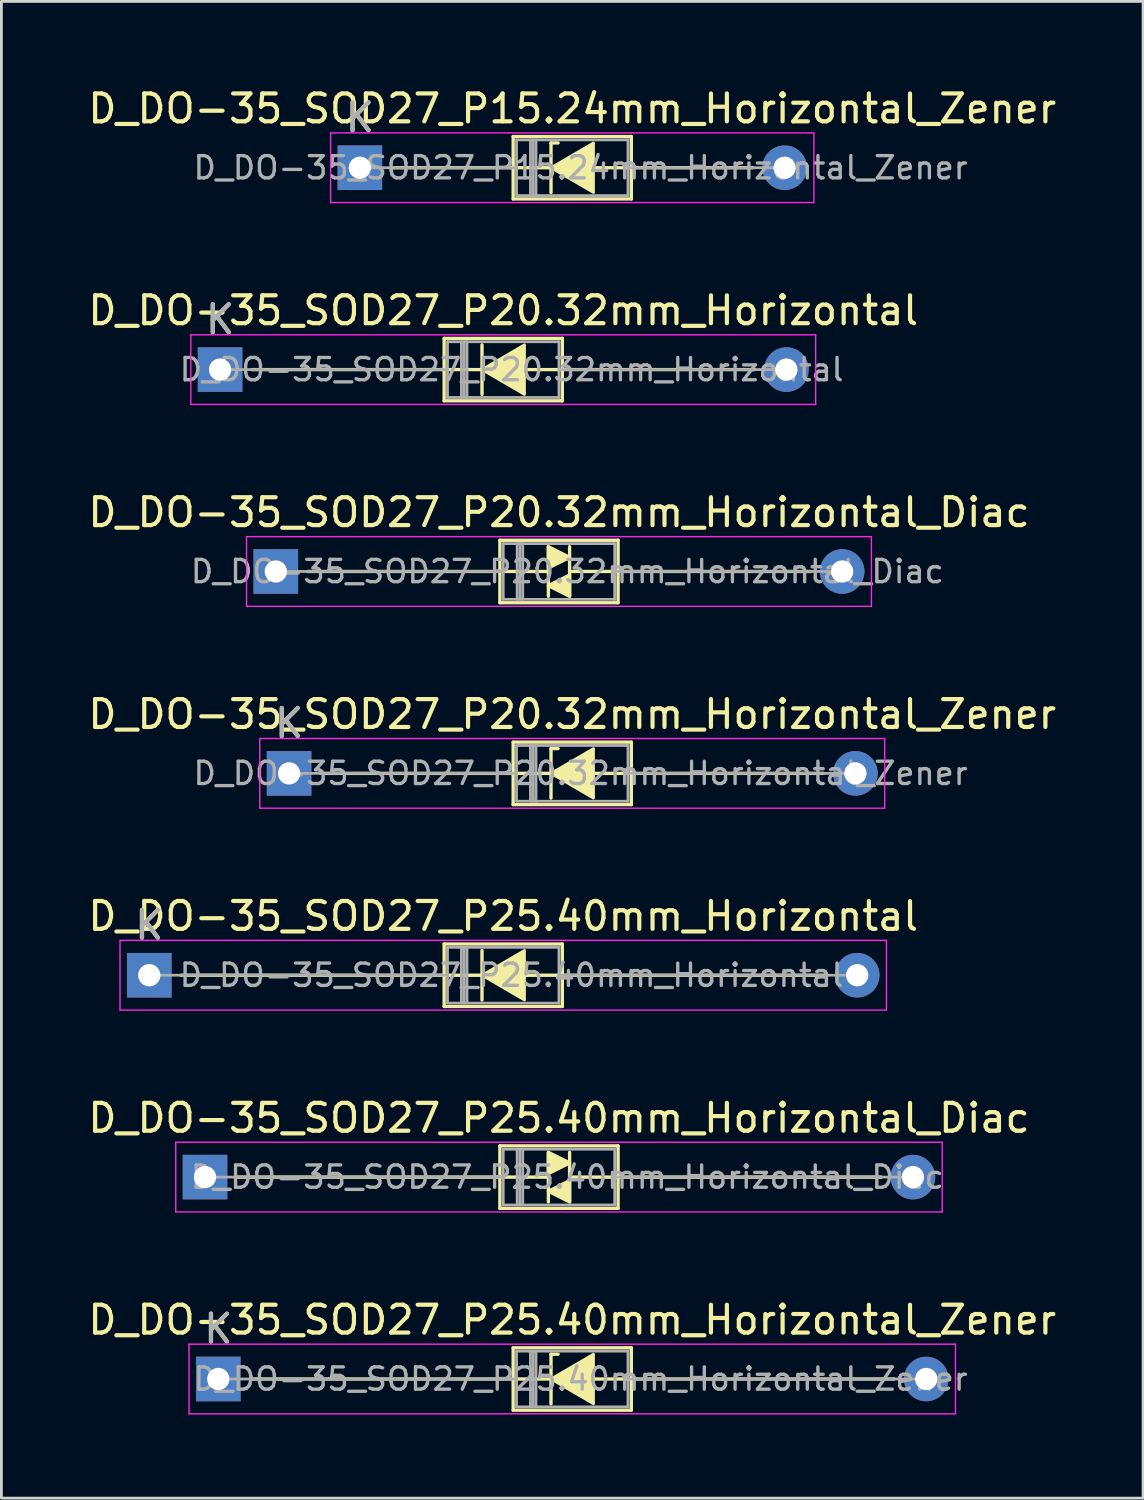
<source format=kicad_pcb>
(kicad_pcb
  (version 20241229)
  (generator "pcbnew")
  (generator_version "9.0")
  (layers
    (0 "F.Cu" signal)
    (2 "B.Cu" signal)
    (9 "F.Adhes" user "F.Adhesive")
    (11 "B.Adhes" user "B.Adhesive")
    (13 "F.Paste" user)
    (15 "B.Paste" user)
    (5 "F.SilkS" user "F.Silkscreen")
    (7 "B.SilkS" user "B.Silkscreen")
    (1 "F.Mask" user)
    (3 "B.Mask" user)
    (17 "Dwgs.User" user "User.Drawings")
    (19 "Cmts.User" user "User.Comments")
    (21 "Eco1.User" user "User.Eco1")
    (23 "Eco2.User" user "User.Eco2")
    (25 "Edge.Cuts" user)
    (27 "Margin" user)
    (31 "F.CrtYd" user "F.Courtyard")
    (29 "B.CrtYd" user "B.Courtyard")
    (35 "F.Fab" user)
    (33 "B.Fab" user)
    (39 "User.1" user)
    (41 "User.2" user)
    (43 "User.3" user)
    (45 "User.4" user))
  (footprint "D_DO-35_SOD27_P15.24mm_Horizontal_Zener"
    (layer "F.Cu")
    (at 9.862 2.968)
    (property "Reference" "D_DO-35_SOD27_P15.24mm_Horizontal_Zener" (at 7.62 -2.12 0) (layer "F.SilkS") (effects (font (size 1 1) (thickness 0.15))))
    (attr through_hole)
    (fp_line (start 1.143 0) (end 5.5 0) (stroke (width 0.12) (type solid)) (layer "F.SilkS"))
    (fp_line (start 5.5 -1.12) (end 5.5 1.12) (stroke (width 0.12) (type solid)) (layer "F.SilkS"))
    (fp_line (start 5.5 0) (end 7.239 0) (stroke (width 0.12) (type solid)) (layer "F.SilkS"))
    (fp_line (start 5.5 1.12) (end 9.74 1.12) (stroke (width 0.12) (type solid)) (layer "F.SilkS"))
    (fp_line (start 6.858 -0.889) (end 6.858 0.889) (stroke (width 0.12) (type solid)) (layer "F.SilkS"))
    (fp_line (start 6.858 -0.889) (end 7.112 -0.889) (stroke (width 0.12) (type solid)) (layer "F.SilkS"))
    (fp_line (start 9.74 -1.12) (end 5.5 -1.12) (stroke (width 0.12) (type solid)) (layer "F.SilkS"))
    (fp_line (start 9.74 0) (end 8.382 0) (stroke (width 0.12) (type solid)) (layer "F.SilkS"))
    (fp_line (start 9.74 1.12) (end 9.74 -1.12) (stroke (width 0.12) (type solid)) (layer "F.SilkS"))
    (fp_line (start 14.097 0) (end 9.74 0) (stroke (width 0.12) (type solid)) (layer "F.SilkS"))
    (fp_poly (pts (xy 8.382 0.889) (xy 6.858 0) (xy 8.382 -0.889)) (stroke (width 0.1) (type solid)) (fill yes) (layer "F.SilkS"))
    (fp_line (start -1.05 -1.25) (end -1.05 1.25) (stroke (width 0.05) (type solid)) (layer "F.CrtYd"))
    (fp_line (start -1.05 1.25) (end 16.29 1.25) (stroke (width 0.05) (type solid)) (layer "F.CrtYd"))
    (fp_line (start 16.29 -1.25) (end -1.05 -1.25) (stroke (width 0.05) (type solid)) (layer "F.CrtYd"))
    (fp_line (start 16.29 1.25) (end 16.29 -1.25) (stroke (width 0.05) (type solid)) (layer "F.CrtYd"))
    (fp_line (start 0 0) (end 5.62 0) (stroke (width 0.1) (type solid)) (layer "F.Fab"))
    (fp_line (start 5.62 -1) (end 5.62 1) (stroke (width 0.1) (type solid)) (layer "F.Fab"))
    (fp_line (start 5.62 1) (end 9.62 1) (stroke (width 0.1) (type solid)) (layer "F.Fab"))
    (fp_line (start 6.12 -1) (end 6.12 1) (stroke (width 0.1) (type solid)) (layer "F.Fab"))
    (fp_line (start 6.22 -1) (end 6.22 1) (stroke (width 0.1) (type solid)) (layer "F.Fab"))
    (fp_line (start 6.32 -1) (end 6.32 1) (stroke (width 0.1) (type solid)) (layer "F.Fab"))
    (fp_line (start 9.62 -1) (end 5.62 -1) (stroke (width 0.1) (type solid)) (layer "F.Fab"))
    (fp_line (start 9.62 1) (end 9.62 -1) (stroke (width 0.1) (type solid)) (layer "F.Fab"))
    (fp_line (start 15.24 0) (end 9.62 0) (stroke (width 0.1) (type solid)) (layer "F.Fab"))
    (fp_text user "K" (at 0 -1.8 0) (layer "F.SilkS") (effects (font (size 1 1) (thickness 0.15))))
    (fp_text user "K" (at 0 -1.8 0) (layer "F.Fab") (effects (font (size 1 1) (thickness 0.15))))
    (fp_text user "${REFERENCE}" (at 7.92 0 0) (layer "F.Fab") (effects (font (size 0.8 0.8) (thickness 0.12))))
    (pad "1" thru_hole rect (at 0 0) (size 1.6 1.6) (drill 0.8) (layers "*.Cu" "*.Mask"))
    (pad "2" thru_hole oval (at 15.24 0) (size 1.6 1.6) (drill 0.8) (layers "*.Cu" "*.Mask")))
  (footprint "D_DO-35_SOD27_P25.40mm_Horizontal_Diac"
    (layer "F.Cu")
    (at 4.306 39.184)
    (property "Reference" "D_DO-35_SOD27_P25.40mm_Horizontal_Diac" (at 12.7 -2.12 0) (layer "F.SilkS") (effects (font (size 1 1) (thickness 0.15))))
    (fp_line (start 1.143 0) (end 10.58 0) (stroke (width 0.12) (type solid)) (layer "F.SilkS"))
    (fp_line (start 10.541 0) (end 12.319 0) (stroke (width 0.12) (type solid)) (layer "F.SilkS"))
    (fp_line (start 10.58 -1.12) (end 10.58 1.12) (stroke (width 0.12) (type solid)) (layer "F.SilkS"))
    (fp_line (start 10.58 1.12) (end 14.82 1.12) (stroke (width 0.12) (type solid)) (layer "F.SilkS"))
    (fp_line (start 12.319 -0.889) (end 12.319 0.889) (stroke (width 0.12) (type solid)) (layer "F.SilkS"))
    (fp_line (start 13.081 -0.889) (end 13.081 0.889) (stroke (width 0.12) (type solid)) (layer "F.SilkS"))
    (fp_line (start 14.82 -1.12) (end 10.58 -1.12) (stroke (width 0.12) (type solid)) (layer "F.SilkS"))
    (fp_line (start 14.82 0) (end 13.081 0) (stroke (width 0.12) (type solid)) (layer "F.SilkS"))
    (fp_line (start 14.82 1.12) (end 14.82 -1.12) (stroke (width 0.12) (type solid)) (layer "F.SilkS"))
    (fp_line (start 24.257 0) (end 14.82 0) (stroke (width 0.12) (type solid)) (layer "F.SilkS"))
    (fp_poly (pts (xy 13.081 -0.508) (xy 12.319 -0.127) (xy 12.319 -0.889)) (stroke (width 0.12) (type solid)) (fill yes) (layer "F.SilkS"))
    (fp_poly (pts (xy 13.081 0.889) (xy 12.319 0.508) (xy 13.081 0.127)) (stroke (width 0.12) (type solid)) (fill yes) (layer "F.SilkS"))
    (fp_line (start -1.05 -1.25) (end -1.05 1.25) (stroke (width 0.05) (type solid)) (layer "F.CrtYd"))
    (fp_line (start -1.05 1.25) (end 26.45 1.25) (stroke (width 0.05) (type solid)) (layer "F.CrtYd"))
    (fp_line (start 26.45 -1.25) (end -1.05 -1.25) (stroke (width 0.05) (type solid)) (layer "F.CrtYd"))
    (fp_line (start 26.45 1.25) (end 26.45 -1.25) (stroke (width 0.05) (type solid)) (layer "F.CrtYd"))
    (fp_line (start 0 0) (end 10.7 0) (stroke (width 0.1) (type solid)) (layer "F.Fab"))
    (fp_line (start 10.7 -1) (end 10.7 1) (stroke (width 0.1) (type solid)) (layer "F.Fab"))
    (fp_line (start 10.7 1) (end 14.7 1) (stroke (width 0.1) (type solid)) (layer "F.Fab"))
    (fp_line (start 11.2 -1) (end 11.2 1) (stroke (width 0.1) (type solid)) (layer "F.Fab"))
    (fp_line (start 11.3 -1) (end 11.3 1) (stroke (width 0.1) (type solid)) (layer "F.Fab"))
    (fp_line (start 11.4 -1) (end 11.4 1) (stroke (width 0.1) (type solid)) (layer "F.Fab"))
    (fp_line (start 14.7 -1) (end 10.7 -1) (stroke (width 0.1) (type solid)) (layer "F.Fab"))
    (fp_line (start 14.7 1) (end 14.7 -1) (stroke (width 0.1) (type solid)) (layer "F.Fab"))
    (fp_line (start 25.4 0) (end 14.7 0) (stroke (width 0.1) (type solid)) (layer "F.Fab"))
    (fp_text user "${REFERENCE}" (at 13 0 0) (layer "F.Fab") (effects (font (size 0.8 0.8) (thickness 0.12))))
    (pad "1" thru_hole rect (at 0 0) (size 1.6 1.6) (drill 0.8) (layers "*.Cu" "*.Mask"))
    (pad "2" thru_hole oval (at 25.4 0) (size 1.6 1.6) (drill 0.8) (layers "*.Cu" "*.Mask")))
  (footprint "D_DO-35_SOD27_P25.40mm_Horizontal"
    (layer "F.Cu")
    (at 2.306 31.941)
    (property "Reference" "D_DO-35_SOD27_P25.40mm_Horizontal" (at 12.7 -2.12 0) (layer "F.SilkS") (effects (font (size 1 1) (thickness 0.15))))
    (attr through_hole)
    (fp_line (start 1.143 0) (end 10.58 0) (stroke (width 0.12) (type solid)) (layer "F.SilkS"))
    (fp_line (start 10.58 -1.12) (end 10.58 1.12) (stroke (width 0.12) (type solid)) (layer "F.SilkS"))
    (fp_line (start 10.58 0) (end 12.192 0) (stroke (width 0.12) (type solid)) (layer "F.SilkS"))
    (fp_line (start 10.58 1.12) (end 14.82 1.12) (stroke (width 0.12) (type solid)) (layer "F.SilkS"))
    (fp_line (start 11.938 -0.889) (end 11.938 0.889) (stroke (width 0.12) (type solid)) (layer "F.SilkS"))
    (fp_line (start 14.82 -1.12) (end 10.58 -1.12) (stroke (width 0.12) (type solid)) (layer "F.SilkS"))
    (fp_line (start 14.82 0) (end 13.462 0) (stroke (width 0.12) (type solid)) (layer "F.SilkS"))
    (fp_line (start 14.82 1.12) (end 14.82 -1.12) (stroke (width 0.12) (type solid)) (layer "F.SilkS"))
    (fp_line (start 24.257 0) (end 14.82 0) (stroke (width 0.12) (type solid)) (layer "F.SilkS"))
    (fp_poly (pts (xy 13.462 0.889) (xy 11.938 0) (xy 13.462 -0.889)) (stroke (width 0.1) (type solid)) (fill yes) (layer "F.SilkS"))
    (fp_line (start -1.05 -1.25) (end -1.05 1.25) (stroke (width 0.05) (type solid)) (layer "F.CrtYd"))
    (fp_line (start -1.05 1.25) (end 26.45 1.25) (stroke (width 0.05) (type solid)) (layer "F.CrtYd"))
    (fp_line (start 26.45 -1.25) (end -1.05 -1.25) (stroke (width 0.05) (type solid)) (layer "F.CrtYd"))
    (fp_line (start 26.45 1.25) (end 26.45 -1.25) (stroke (width 0.05) (type solid)) (layer "F.CrtYd"))
    (fp_line (start 0 0) (end 10.7 0) (stroke (width 0.1) (type solid)) (layer "F.Fab"))
    (fp_line (start 10.7 -1) (end 10.7 1) (stroke (width 0.1) (type solid)) (layer "F.Fab"))
    (fp_line (start 10.7 1) (end 14.7 1) (stroke (width 0.1) (type solid)) (layer "F.Fab"))
    (fp_line (start 11.2 -1) (end 11.2 1) (stroke (width 0.1) (type solid)) (layer "F.Fab"))
    (fp_line (start 11.3 -1) (end 11.3 1) (stroke (width 0.1) (type solid)) (layer "F.Fab"))
    (fp_line (start 11.4 -1) (end 11.4 1) (stroke (width 0.1) (type solid)) (layer "F.Fab"))
    (fp_line (start 14.7 -1) (end 10.7 -1) (stroke (width 0.1) (type solid)) (layer "F.Fab"))
    (fp_line (start 14.7 1) (end 14.7 -1) (stroke (width 0.1) (type solid)) (layer "F.Fab"))
    (fp_line (start 25.4 0) (end 14.7 0) (stroke (width 0.1) (type solid)) (layer "F.Fab"))
    (fp_text user "K" (at 0 -1.8 0) (layer "F.SilkS") (effects (font (size 1 1) (thickness 0.15))))
    (fp_text user "${REFERENCE}" (at 13 0 0) (layer "F.Fab") (effects (font (size 0.8 0.8) (thickness 0.12))))
    (fp_text user "K" (at 0 -1.8 0) (layer "F.Fab") (effects (font (size 1 1) (thickness 0.15))))
    (pad "1" thru_hole rect (at 0 0) (size 1.6 1.6) (drill 0.8) (layers "*.Cu" "*.Mask"))
    (pad "2" thru_hole oval (at 25.4 0) (size 1.6 1.6) (drill 0.8) (layers "*.Cu" "*.Mask")))
  (footprint "D_DO-35_SOD27_P20.32mm_Horizontal_Zener"
    (layer "F.Cu")
    (at 7.322 24.698)
    (property "Reference" "D_DO-35_SOD27_P20.32mm_Horizontal_Zener" (at 10.16 -2.12 0) (layer "F.SilkS") (effects (font (size 1 1) (thickness 0.15))))
    (attr through_hole)
    (fp_line (start 1.143 0) (end 8.04 0) (stroke (width 0.12) (type solid)) (layer "F.SilkS"))
    (fp_line (start 8.04 -1.12) (end 8.04 1.12) (stroke (width 0.12) (type solid)) (layer "F.SilkS"))
    (fp_line (start 8.04 0) (end 9.779 0) (stroke (width 0.12) (type solid)) (layer "F.SilkS"))
    (fp_line (start 8.04 1.12) (end 12.28 1.12) (stroke (width 0.12) (type solid)) (layer "F.SilkS"))
    (fp_line (start 9.398 -0.889) (end 9.398 0.889) (stroke (width 0.12) (type solid)) (layer "F.SilkS"))
    (fp_line (start 9.398 -0.889) (end 9.652 -0.889) (stroke (width 0.12) (type solid)) (layer "F.SilkS"))
    (fp_line (start 12.28 -1.12) (end 8.04 -1.12) (stroke (width 0.12) (type solid)) (layer "F.SilkS"))
    (fp_line (start 12.28 0) (end 10.922 0) (stroke (width 0.12) (type solid)) (layer "F.SilkS"))
    (fp_line (start 12.28 1.12) (end 12.28 -1.12) (stroke (width 0.12) (type solid)) (layer "F.SilkS"))
    (fp_line (start 19.177 0) (end 12.28 0) (stroke (width 0.12) (type solid)) (layer "F.SilkS"))
    (fp_poly (pts (xy 10.922 0.889) (xy 9.398 0) (xy 10.922 -0.889)) (stroke (width 0.1) (type solid)) (fill yes) (layer "F.SilkS"))
    (fp_line (start -1.05 -1.25) (end -1.05 1.25) (stroke (width 0.05) (type solid)) (layer "F.CrtYd"))
    (fp_line (start -1.05 1.25) (end 21.37 1.25) (stroke (width 0.05) (type solid)) (layer "F.CrtYd"))
    (fp_line (start 21.37 -1.25) (end -1.05 -1.25) (stroke (width 0.05) (type solid)) (layer "F.CrtYd"))
    (fp_line (start 21.37 1.25) (end 21.37 -1.25) (stroke (width 0.05) (type solid)) (layer "F.CrtYd"))
    (fp_line (start 0 0) (end 8.16 0) (stroke (width 0.1) (type solid)) (layer "F.Fab"))
    (fp_line (start 8.16 -1) (end 8.16 1) (stroke (width 0.1) (type solid)) (layer "F.Fab"))
    (fp_line (start 8.16 1) (end 12.16 1) (stroke (width 0.1) (type solid)) (layer "F.Fab"))
    (fp_line (start 8.66 -1) (end 8.66 1) (stroke (width 0.1) (type solid)) (layer "F.Fab"))
    (fp_line (start 8.76 -1) (end 8.76 1) (stroke (width 0.1) (type solid)) (layer "F.Fab"))
    (fp_line (start 8.86 -1) (end 8.86 1) (stroke (width 0.1) (type solid)) (layer "F.Fab"))
    (fp_line (start 12.16 -1) (end 8.16 -1) (stroke (width 0.1) (type solid)) (layer "F.Fab"))
    (fp_line (start 12.16 1) (end 12.16 -1) (stroke (width 0.1) (type solid)) (layer "F.Fab"))
    (fp_line (start 20.32 0) (end 12.16 0) (stroke (width 0.1) (type solid)) (layer "F.Fab"))
    (fp_text user "K" (at 0 -1.8 0) (layer "F.SilkS") (effects (font (size 1 1) (thickness 0.15))))
    (fp_text user "K" (at 0 -1.8 0) (layer "F.Fab") (effects (font (size 1 1) (thickness 0.15))))
    (fp_text user "${REFERENCE}" (at 10.46 0 0) (layer "F.Fab") (effects (font (size 0.8 0.8) (thickness 0.12))))
    (pad "1" thru_hole rect (at 0 0) (size 1.6 1.6) (drill 0.8) (layers "*.Cu" "*.Mask"))
    (pad "2" thru_hole oval (at 20.32 0) (size 1.6 1.6) (drill 0.8) (layers "*.Cu" "*.Mask")))
  (footprint "D_DO-35_SOD27_P20.32mm_Horizontal_Diac"
    (layer "F.Cu")
    (at 6.846 17.455)
    (property "Reference" "D_DO-35_SOD27_P20.32mm_Horizontal_Diac" (at 10.16 -2.12 0) (layer "F.SilkS") (effects (font (size 1 1) (thickness 0.15))))
    (fp_line (start 1.143 0) (end 8.04 0) (stroke (width 0.12) (type solid)) (layer "F.SilkS"))
    (fp_line (start 8.001 0) (end 9.779 0) (stroke (width 0.12) (type solid)) (layer "F.SilkS"))
    (fp_line (start 8.04 -1.12) (end 8.04 1.12) (stroke (width 0.12) (type solid)) (layer "F.SilkS"))
    (fp_line (start 8.04 1.12) (end 12.28 1.12) (stroke (width 0.12) (type solid)) (layer "F.SilkS"))
    (fp_line (start 9.779 -0.889) (end 9.779 0.889) (stroke (width 0.12) (type solid)) (layer "F.SilkS"))
    (fp_line (start 10.541 -0.889) (end 10.541 0.889) (stroke (width 0.12) (type solid)) (layer "F.SilkS"))
    (fp_line (start 12.28 -1.12) (end 8.04 -1.12) (stroke (width 0.12) (type solid)) (layer "F.SilkS"))
    (fp_line (start 12.28 0) (end 10.541 0) (stroke (width 0.12) (type solid)) (layer "F.SilkS"))
    (fp_line (start 12.28 1.12) (end 12.28 -1.12) (stroke (width 0.12) (type solid)) (layer "F.SilkS"))
    (fp_line (start 19.177 0) (end 12.28 0) (stroke (width 0.12) (type solid)) (layer "F.SilkS"))
    (fp_poly (pts (xy 10.541 -0.508) (xy 9.779 -0.127) (xy 9.779 -0.889)) (stroke (width 0.12) (type solid)) (fill yes) (layer "F.SilkS"))
    (fp_poly (pts (xy 10.541 0.889) (xy 9.779 0.508) (xy 10.541 0.127)) (stroke (width 0.12) (type solid)) (fill yes) (layer "F.SilkS"))
    (fp_line (start -1.05 -1.25) (end -1.05 1.25) (stroke (width 0.05) (type solid)) (layer "F.CrtYd"))
    (fp_line (start -1.05 1.25) (end 21.37 1.25) (stroke (width 0.05) (type solid)) (layer "F.CrtYd"))
    (fp_line (start 21.37 -1.25) (end -1.05 -1.25) (stroke (width 0.05) (type solid)) (layer "F.CrtYd"))
    (fp_line (start 21.37 1.25) (end 21.37 -1.25) (stroke (width 0.05) (type solid)) (layer "F.CrtYd"))
    (fp_line (start 0 0) (end 8.16 0) (stroke (width 0.1) (type solid)) (layer "F.Fab"))
    (fp_line (start 8.16 -1) (end 8.16 1) (stroke (width 0.1) (type solid)) (layer "F.Fab"))
    (fp_line (start 8.16 1) (end 12.16 1) (stroke (width 0.1) (type solid)) (layer "F.Fab"))
    (fp_line (start 8.66 -1) (end 8.66 1) (stroke (width 0.1) (type solid)) (layer "F.Fab"))
    (fp_line (start 8.76 -1) (end 8.76 1) (stroke (width 0.1) (type solid)) (layer "F.Fab"))
    (fp_line (start 8.86 -1) (end 8.86 1) (stroke (width 0.1) (type solid)) (layer "F.Fab"))
    (fp_line (start 12.16 -1) (end 8.16 -1) (stroke (width 0.1) (type solid)) (layer "F.Fab"))
    (fp_line (start 12.16 1) (end 12.16 -1) (stroke (width 0.1) (type solid)) (layer "F.Fab"))
    (fp_line (start 20.32 0) (end 12.16 0) (stroke (width 0.1) (type solid)) (layer "F.Fab"))
    (fp_text user "${REFERENCE}" (at 10.46 0 0) (layer "F.Fab") (effects (font (size 0.8 0.8) (thickness 0.12))))
    (pad "1" thru_hole rect (at 0 0) (size 1.6 1.6) (drill 0.8) (layers "*.Cu" "*.Mask"))
    (pad "2" thru_hole oval (at 20.32 0) (size 1.6 1.6) (drill 0.8) (layers "*.Cu" "*.Mask")))
  (footprint "D_DO-35_SOD27_P25.40mm_Horizontal_Zener"
    (layer "F.Cu")
    (at 4.782 46.428)
    (property "Reference" "D_DO-35_SOD27_P25.40mm_Horizontal_Zener" (at 12.7 -2.12 0) (layer "F.SilkS") (effects (font (size 1 1) (thickness 0.15))))
    (attr through_hole)
    (fp_line (start 1.143 0) (end 10.58 0) (stroke (width 0.12) (type solid)) (layer "F.SilkS"))
    (fp_line (start 10.58 -1.12) (end 10.58 1.12) (stroke (width 0.12) (type solid)) (layer "F.SilkS"))
    (fp_line (start 10.58 0) (end 12.192 0) (stroke (width 0.12) (type solid)) (layer "F.SilkS"))
    (fp_line (start 10.58 1.12) (end 14.82 1.12) (stroke (width 0.12) (type solid)) (layer "F.SilkS"))
    (fp_line (start 11.938 -0.889) (end 11.938 0.889) (stroke (width 0.12) (type solid)) (layer "F.SilkS"))
    (fp_line (start 11.938 -0.889) (end 12.192 -0.889) (stroke (width 0.12) (type solid)) (layer "F.SilkS"))
    (fp_line (start 14.82 -1.12) (end 10.58 -1.12) (stroke (width 0.12) (type solid)) (layer "F.SilkS"))
    (fp_line (start 14.82 0) (end 13.462 0) (stroke (width 0.12) (type solid)) (layer "F.SilkS"))
    (fp_line (start 14.82 1.12) (end 14.82 -1.12) (stroke (width 0.12) (type solid)) (layer "F.SilkS"))
    (fp_line (start 24.257 0) (end 14.82 0) (stroke (width 0.12) (type solid)) (layer "F.SilkS"))
    (fp_poly (pts (xy 13.462 0.889) (xy 11.938 0) (xy 13.462 -0.889)) (stroke (width 0.1) (type solid)) (fill yes) (layer "F.SilkS"))
    (fp_line (start -1.05 -1.25) (end -1.05 1.25) (stroke (width 0.05) (type solid)) (layer "F.CrtYd"))
    (fp_line (start -1.05 1.25) (end 26.45 1.25) (stroke (width 0.05) (type solid)) (layer "F.CrtYd"))
    (fp_line (start 26.45 -1.25) (end -1.05 -1.25) (stroke (width 0.05) (type solid)) (layer "F.CrtYd"))
    (fp_line (start 26.45 1.25) (end 26.45 -1.25) (stroke (width 0.05) (type solid)) (layer "F.CrtYd"))
    (fp_line (start 0 0) (end 10.7 0) (stroke (width 0.1) (type solid)) (layer "F.Fab"))
    (fp_line (start 10.7 -1) (end 10.7 1) (stroke (width 0.1) (type solid)) (layer "F.Fab"))
    (fp_line (start 10.7 1) (end 14.7 1) (stroke (width 0.1) (type solid)) (layer "F.Fab"))
    (fp_line (start 11.2 -1) (end 11.2 1) (stroke (width 0.1) (type solid)) (layer "F.Fab"))
    (fp_line (start 11.3 -1) (end 11.3 1) (stroke (width 0.1) (type solid)) (layer "F.Fab"))
    (fp_line (start 11.4 -1) (end 11.4 1) (stroke (width 0.1) (type solid)) (layer "F.Fab"))
    (fp_line (start 14.7 -1) (end 10.7 -1) (stroke (width 0.1) (type solid)) (layer "F.Fab"))
    (fp_line (start 14.7 1) (end 14.7 -1) (stroke (width 0.1) (type solid)) (layer "F.Fab"))
    (fp_line (start 25.4 0) (end 14.7 0) (stroke (width 0.1) (type solid)) (layer "F.Fab"))
    (fp_text user "K" (at 0 -1.8 0) (layer "F.SilkS") (effects (font (size 1 1) (thickness 0.15))))
    (fp_text user "K" (at 0 -1.8 0) (layer "F.Fab") (effects (font (size 1 1) (thickness 0.15))))
    (fp_text user "${REFERENCE}" (at 13 0 0) (layer "F.Fab") (effects (font (size 0.8 0.8) (thickness 0.12))))
    (pad "1" thru_hole rect (at 0 0) (size 1.6 1.6) (drill 0.8) (layers "*.Cu" "*.Mask"))
    (pad "2" thru_hole oval (at 25.4 0) (size 1.6 1.6) (drill 0.8) (layers "*.Cu" "*.Mask")))
  (footprint "D_DO-35_SOD27_P20.32mm_Horizontal"
    (layer "F.Cu")
    (at 4.846 10.211)
    (property "Reference" "D_DO-35_SOD27_P20.32mm_Horizontal" (at 10.16 -2.12 0) (layer "F.SilkS") (effects (font (size 1 1) (thickness 0.15))))
    (attr through_hole)
    (fp_line (start 1.143 0) (end 8.04 0) (stroke (width 0.12) (type solid)) (layer "F.SilkS"))
    (fp_line (start 8.04 -1.12) (end 8.04 1.12) (stroke (width 0.12) (type solid)) (layer "F.SilkS"))
    (fp_line (start 8.04 0) (end 9.779 0) (stroke (width 0.12) (type solid)) (layer "F.SilkS"))
    (fp_line (start 8.04 1.12) (end 12.28 1.12) (stroke (width 0.12) (type solid)) (layer "F.SilkS"))
    (fp_line (start 9.398 -0.889) (end 9.398 0.889) (stroke (width 0.12) (type solid)) (layer "F.SilkS"))
    (fp_line (start 12.28 -1.12) (end 8.04 -1.12) (stroke (width 0.12) (type solid)) (layer "F.SilkS"))
    (fp_line (start 12.28 0) (end 10.922 0) (stroke (width 0.12) (type solid)) (layer "F.SilkS"))
    (fp_line (start 12.28 1.12) (end 12.28 -1.12) (stroke (width 0.12) (type solid)) (layer "F.SilkS"))
    (fp_line (start 19.177 0) (end 12.28 0) (stroke (width 0.12) (type solid)) (layer "F.SilkS"))
    (fp_poly (pts (xy 10.922 0.889) (xy 9.398 0) (xy 10.922 -0.889)) (stroke (width 0.1) (type solid)) (fill yes) (layer "F.SilkS"))
    (fp_line (start -1.05 -1.25) (end -1.05 1.25) (stroke (width 0.05) (type solid)) (layer "F.CrtYd"))
    (fp_line (start -1.05 1.25) (end 21.37 1.25) (stroke (width 0.05) (type solid)) (layer "F.CrtYd"))
    (fp_line (start 21.37 -1.25) (end -1.05 -1.25) (stroke (width 0.05) (type solid)) (layer "F.CrtYd"))
    (fp_line (start 21.37 1.25) (end 21.37 -1.25) (stroke (width 0.05) (type solid)) (layer "F.CrtYd"))
    (fp_line (start 0 0) (end 8.16 0) (stroke (width 0.1) (type solid)) (layer "F.Fab"))
    (fp_line (start 8.16 -1) (end 8.16 1) (stroke (width 0.1) (type solid)) (layer "F.Fab"))
    (fp_line (start 8.16 1) (end 12.16 1) (stroke (width 0.1) (type solid)) (layer "F.Fab"))
    (fp_line (start 8.66 -1) (end 8.66 1) (stroke (width 0.1) (type solid)) (layer "F.Fab"))
    (fp_line (start 8.76 -1) (end 8.76 1) (stroke (width 0.1) (type solid)) (layer "F.Fab"))
    (fp_line (start 8.86 -1) (end 8.86 1) (stroke (width 0.1) (type solid)) (layer "F.Fab"))
    (fp_line (start 12.16 -1) (end 8.16 -1) (stroke (width 0.1) (type solid)) (layer "F.Fab"))
    (fp_line (start 12.16 1) (end 12.16 -1) (stroke (width 0.1) (type solid)) (layer "F.Fab"))
    (fp_line (start 20.32 0) (end 12.16 0) (stroke (width 0.1) (type solid)) (layer "F.Fab"))
    (fp_text user "K" (at 0 -1.8 0) (layer "F.SilkS") (effects (font (size 1 1) (thickness 0.15))))
    (fp_text user "K" (at 0 -1.8 0) (layer "F.Fab") (effects (font (size 1 1) (thickness 0.15))))
    (fp_text user "${REFERENCE}" (at 10.46 0 0) (layer "F.Fab") (effects (font (size 0.8 0.8) (thickness 0.12))))
    (pad "1" thru_hole rect (at 0 0) (size 1.6 1.6) (drill 0.8) (layers "*.Cu" "*.Mask"))
    (pad "2" thru_hole oval (at 20.32 0) (size 1.6 1.6) (drill 0.8) (layers "*.Cu" "*.Mask")))
  (gr_rect
    (start -3 -3)
    (end 37.964 50.703)
    (stroke (width 0.1) (type default))
    (fill no)
    (layer "Edge.Cuts")))
</source>
